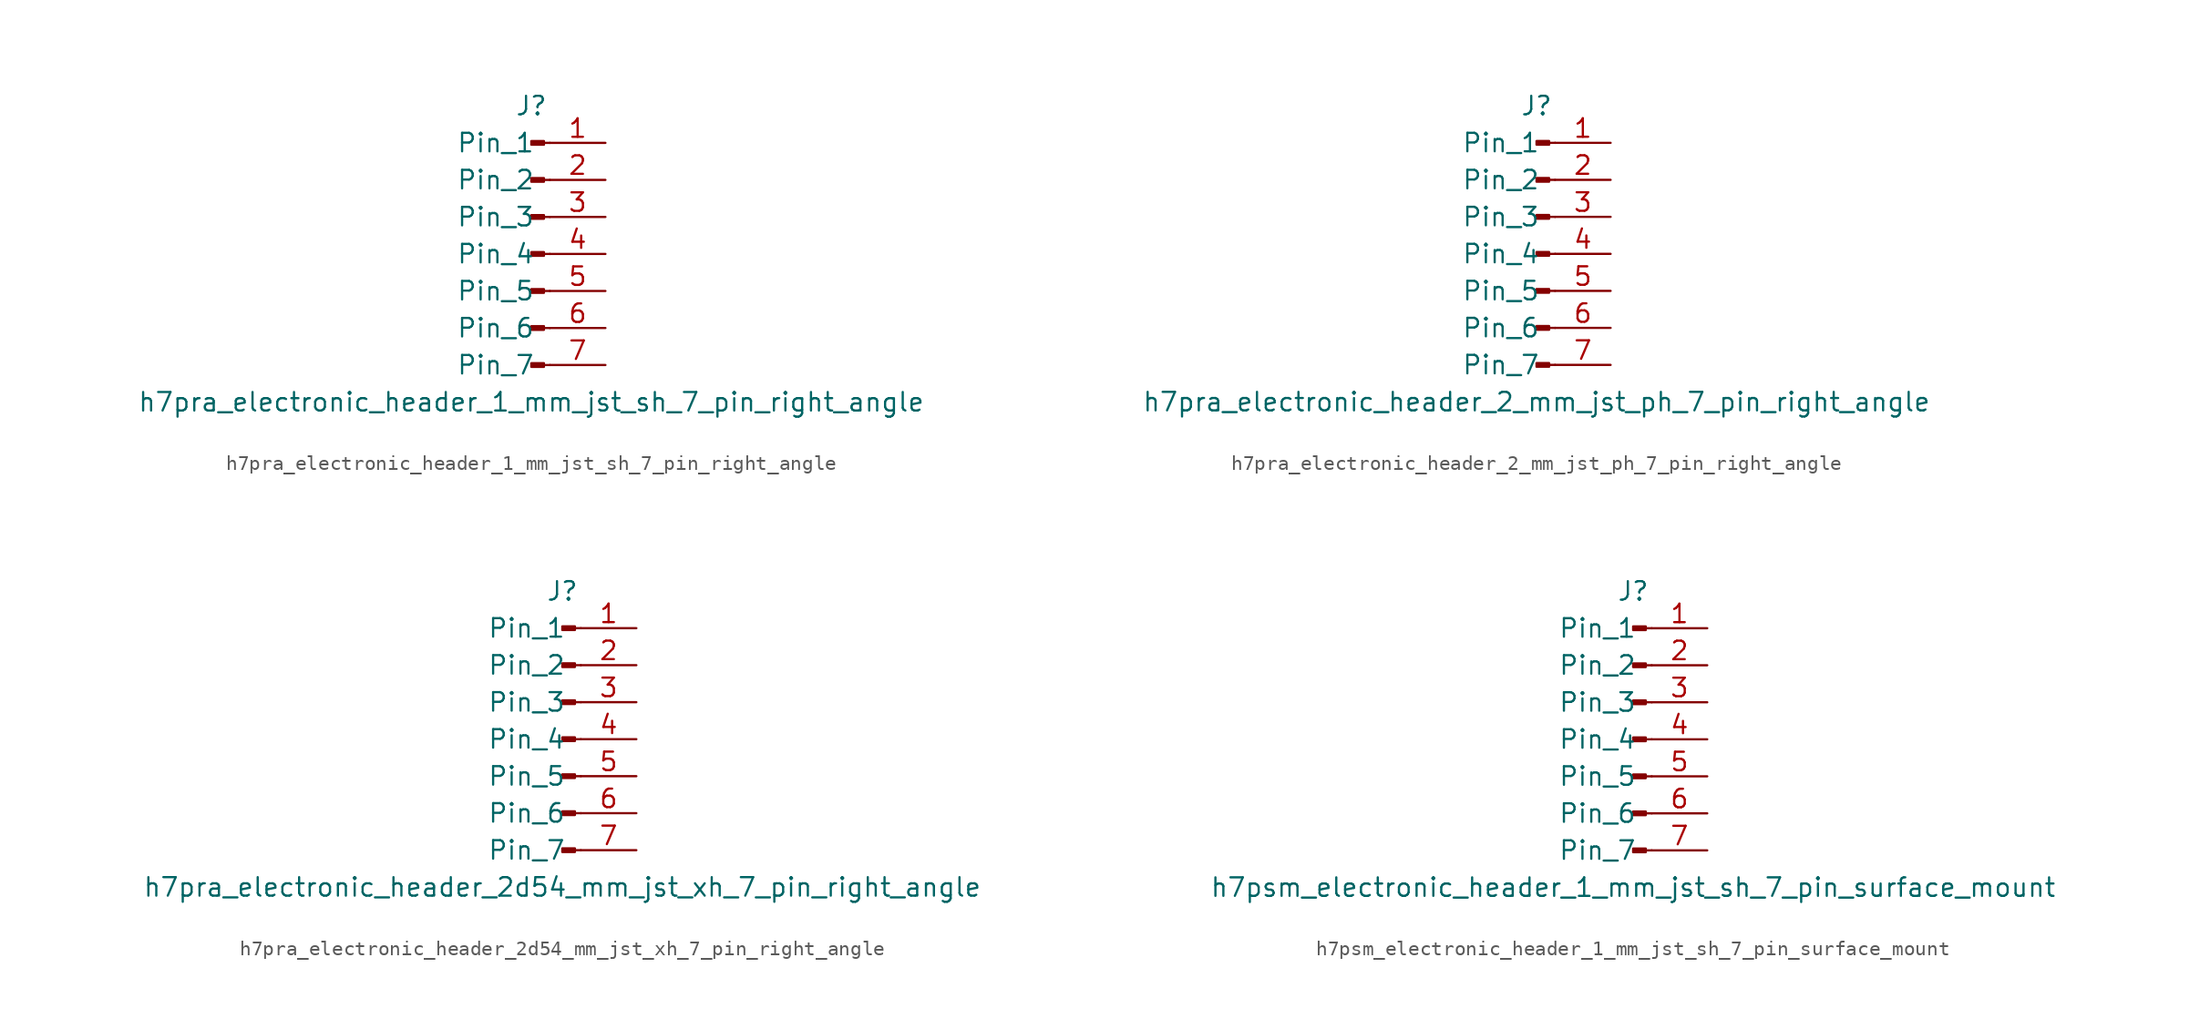
<source format=kicad_sym>
(kicad_symbol_lib
  (version 20220914)
  (generator kicad_symbol_editor)
  (symbol "h7pra_electronic_header_1_mm_jst_sh_7_pin_right_angle"
    (pin_names
      (offset 1.016))
    (property "Reference" "J"
      (at 0 10.16 0)
      (effects (font (size 1.27 1.27))))
    (property "Value" "h7pra_electronic_header_1_mm_jst_sh_7_pin_right_angle"
      (at 0 -10.16 0)
      (effects (font (size 1.27 1.27))))
    (property "ki_locked" ""
      (at 0 0 0)
      (effects (font (size 1.27 1.27))))
    (symbol "h7pra_electronic_header_1_mm_jst_sh_7_pin_right_angle_1_1"
      (polyline (pts (xy 1.27 -7.62) (xy 0.864 -7.62)) (stroke (width 0.152) (type default)) (fill (type none)))
      (polyline (pts (xy 1.27 -5.08) (xy 0.864 -5.08)) (stroke (width 0.152) (type default)) (fill (type none)))
      (polyline (pts (xy 1.27 -2.54) (xy 0.864 -2.54)) (stroke (width 0.152) (type default)) (fill (type none)))
      (polyline (pts (xy 1.27 0) (xy 0.864 0)) (stroke (width 0.152) (type default)) (fill (type none)))
      (polyline (pts (xy 1.27 2.54) (xy 0.864 2.54)) (stroke (width 0.152) (type default)) (fill (type none)))
      (polyline (pts (xy 1.27 5.08) (xy 0.864 5.08)) (stroke (width 0.152) (type default)) (fill (type none)))
      (polyline (pts (xy 1.27 7.62) (xy 0.864 7.62)) (stroke (width 0.152) (type default)) (fill (type none)))
      (rectangle (start 0.864 -7.493) (end 0 -7.747) (stroke (width 0.152) (type default)) (fill (type outline)))
      (rectangle (start 0.864 -4.953) (end 0 -5.207) (stroke (width 0.152) (type default)) (fill (type outline)))
      (rectangle (start 0.864 -2.413) (end 0 -2.667) (stroke (width 0.152) (type default)) (fill (type outline)))
      (rectangle (start 0.864 0.127) (end 0 -0.127) (stroke (width 0.152) (type default)) (fill (type outline)))
      (rectangle (start 0.864 2.667) (end 0 2.413) (stroke (width 0.152) (type default)) (fill (type outline)))
      (rectangle (start 0.864 5.207) (end 0 4.953) (stroke (width 0.152) (type default)) (fill (type outline)))
      (rectangle (start 0.864 7.747) (end 0 7.493) (stroke (width 0.152) (type default)) (fill (type outline)))
      (pin passive line (at 5.08 7.62 180) (length 3.81) (name "Pin_1" (effects (font (size 1.27 1.27)))) (number "1" (effects (font (size 1.27 1.27)))))
      (pin passive line (at 5.08 5.08 180) (length 3.81) (name "Pin_2" (effects (font (size 1.27 1.27)))) (number "2" (effects (font (size 1.27 1.27)))))
      (pin passive line (at 5.08 2.54 180) (length 3.81) (name "Pin_3" (effects (font (size 1.27 1.27)))) (number "3" (effects (font (size 1.27 1.27)))))
      (pin passive line (at 5.08 0 180) (length 3.81) (name "Pin_4" (effects (font (size 1.27 1.27)))) (number "4" (effects (font (size 1.27 1.27)))))
      (pin passive line (at 5.08 -2.54 180) (length 3.81) (name "Pin_5" (effects (font (size 1.27 1.27)))) (number "5" (effects (font (size 1.27 1.27)))))
      (pin passive line (at 5.08 -5.08 180) (length 3.81) (name "Pin_6" (effects (font (size 1.27 1.27)))) (number "6" (effects (font (size 1.27 1.27)))))
      (pin passive line (at 5.08 -7.62 180) (length 3.81) (name "Pin_7" (effects (font (size 1.27 1.27)))) (number "7" (effects (font (size 1.27 1.27)))))))
  (symbol "h7pra_electronic_header_2_mm_jst_ph_7_pin_right_angle"
    (pin_names
      (offset 1.016))
    (property "Reference" "J"
      (at 0 10.16 0)
      (effects (font (size 1.27 1.27))))
    (property "Value" "h7pra_electronic_header_2_mm_jst_ph_7_pin_right_angle"
      (at 0 -10.16 0)
      (effects (font (size 1.27 1.27))))
    (property "ki_locked" ""
      (at 0 0 0)
      (effects (font (size 1.27 1.27))))
    (symbol "h7pra_electronic_header_2_mm_jst_ph_7_pin_right_angle_1_1"
      (polyline (pts (xy 1.27 -7.62) (xy 0.864 -7.62)) (stroke (width 0.152) (type default)) (fill (type none)))
      (polyline (pts (xy 1.27 -5.08) (xy 0.864 -5.08)) (stroke (width 0.152) (type default)) (fill (type none)))
      (polyline (pts (xy 1.27 -2.54) (xy 0.864 -2.54)) (stroke (width 0.152) (type default)) (fill (type none)))
      (polyline (pts (xy 1.27 0) (xy 0.864 0)) (stroke (width 0.152) (type default)) (fill (type none)))
      (polyline (pts (xy 1.27 2.54) (xy 0.864 2.54)) (stroke (width 0.152) (type default)) (fill (type none)))
      (polyline (pts (xy 1.27 5.08) (xy 0.864 5.08)) (stroke (width 0.152) (type default)) (fill (type none)))
      (polyline (pts (xy 1.27 7.62) (xy 0.864 7.62)) (stroke (width 0.152) (type default)) (fill (type none)))
      (rectangle (start 0.864 -7.493) (end 0 -7.747) (stroke (width 0.152) (type default)) (fill (type outline)))
      (rectangle (start 0.864 -4.953) (end 0 -5.207) (stroke (width 0.152) (type default)) (fill (type outline)))
      (rectangle (start 0.864 -2.413) (end 0 -2.667) (stroke (width 0.152) (type default)) (fill (type outline)))
      (rectangle (start 0.864 0.127) (end 0 -0.127) (stroke (width 0.152) (type default)) (fill (type outline)))
      (rectangle (start 0.864 2.667) (end 0 2.413) (stroke (width 0.152) (type default)) (fill (type outline)))
      (rectangle (start 0.864 5.207) (end 0 4.953) (stroke (width 0.152) (type default)) (fill (type outline)))
      (rectangle (start 0.864 7.747) (end 0 7.493) (stroke (width 0.152) (type default)) (fill (type outline)))
      (pin passive line (at 5.08 7.62 180) (length 3.81) (name "Pin_1" (effects (font (size 1.27 1.27)))) (number "1" (effects (font (size 1.27 1.27)))))
      (pin passive line (at 5.08 5.08 180) (length 3.81) (name "Pin_2" (effects (font (size 1.27 1.27)))) (number "2" (effects (font (size 1.27 1.27)))))
      (pin passive line (at 5.08 2.54 180) (length 3.81) (name "Pin_3" (effects (font (size 1.27 1.27)))) (number "3" (effects (font (size 1.27 1.27)))))
      (pin passive line (at 5.08 0 180) (length 3.81) (name "Pin_4" (effects (font (size 1.27 1.27)))) (number "4" (effects (font (size 1.27 1.27)))))
      (pin passive line (at 5.08 -2.54 180) (length 3.81) (name "Pin_5" (effects (font (size 1.27 1.27)))) (number "5" (effects (font (size 1.27 1.27)))))
      (pin passive line (at 5.08 -5.08 180) (length 3.81) (name "Pin_6" (effects (font (size 1.27 1.27)))) (number "6" (effects (font (size 1.27 1.27)))))
      (pin passive line (at 5.08 -7.62 180) (length 3.81) (name "Pin_7" (effects (font (size 1.27 1.27)))) (number "7" (effects (font (size 1.27 1.27)))))))
  (symbol "h7pra_electronic_header_2d54_mm_jst_xh_7_pin_right_angle"
    (pin_names
      (offset 1.016))
    (property "Reference" "J"
      (at 0 10.16 0)
      (effects (font (size 1.27 1.27))))
    (property "Value" "h7pra_electronic_header_2d54_mm_jst_xh_7_pin_right_angle"
      (at 0 -10.16 0)
      (effects (font (size 1.27 1.27))))
    (property "ki_locked" ""
      (at 0 0 0)
      (effects (font (size 1.27 1.27))))
    (symbol "h7pra_electronic_header_2d54_mm_jst_xh_7_pin_right_angle_1_1"
      (polyline (pts (xy 1.27 -7.62) (xy 0.864 -7.62)) (stroke (width 0.152) (type default)) (fill (type none)))
      (polyline (pts (xy 1.27 -5.08) (xy 0.864 -5.08)) (stroke (width 0.152) (type default)) (fill (type none)))
      (polyline (pts (xy 1.27 -2.54) (xy 0.864 -2.54)) (stroke (width 0.152) (type default)) (fill (type none)))
      (polyline (pts (xy 1.27 0) (xy 0.864 0)) (stroke (width 0.152) (type default)) (fill (type none)))
      (polyline (pts (xy 1.27 2.54) (xy 0.864 2.54)) (stroke (width 0.152) (type default)) (fill (type none)))
      (polyline (pts (xy 1.27 5.08) (xy 0.864 5.08)) (stroke (width 0.152) (type default)) (fill (type none)))
      (polyline (pts (xy 1.27 7.62) (xy 0.864 7.62)) (stroke (width 0.152) (type default)) (fill (type none)))
      (rectangle (start 0.864 -7.493) (end 0 -7.747) (stroke (width 0.152) (type default)) (fill (type outline)))
      (rectangle (start 0.864 -4.953) (end 0 -5.207) (stroke (width 0.152) (type default)) (fill (type outline)))
      (rectangle (start 0.864 -2.413) (end 0 -2.667) (stroke (width 0.152) (type default)) (fill (type outline)))
      (rectangle (start 0.864 0.127) (end 0 -0.127) (stroke (width 0.152) (type default)) (fill (type outline)))
      (rectangle (start 0.864 2.667) (end 0 2.413) (stroke (width 0.152) (type default)) (fill (type outline)))
      (rectangle (start 0.864 5.207) (end 0 4.953) (stroke (width 0.152) (type default)) (fill (type outline)))
      (rectangle (start 0.864 7.747) (end 0 7.493) (stroke (width 0.152) (type default)) (fill (type outline)))
      (pin passive line (at 5.08 7.62 180) (length 3.81) (name "Pin_1" (effects (font (size 1.27 1.27)))) (number "1" (effects (font (size 1.27 1.27)))))
      (pin passive line (at 5.08 5.08 180) (length 3.81) (name "Pin_2" (effects (font (size 1.27 1.27)))) (number "2" (effects (font (size 1.27 1.27)))))
      (pin passive line (at 5.08 2.54 180) (length 3.81) (name "Pin_3" (effects (font (size 1.27 1.27)))) (number "3" (effects (font (size 1.27 1.27)))))
      (pin passive line (at 5.08 0 180) (length 3.81) (name "Pin_4" (effects (font (size 1.27 1.27)))) (number "4" (effects (font (size 1.27 1.27)))))
      (pin passive line (at 5.08 -2.54 180) (length 3.81) (name "Pin_5" (effects (font (size 1.27 1.27)))) (number "5" (effects (font (size 1.27 1.27)))))
      (pin passive line (at 5.08 -5.08 180) (length 3.81) (name "Pin_6" (effects (font (size 1.27 1.27)))) (number "6" (effects (font (size 1.27 1.27)))))
      (pin passive line (at 5.08 -7.62 180) (length 3.81) (name "Pin_7" (effects (font (size 1.27 1.27)))) (number "7" (effects (font (size 1.27 1.27)))))))
  (symbol "h7psm_electronic_header_1_mm_jst_sh_7_pin_surface_mount"
    (pin_names
      (offset 1.016))
    (property "Reference" "J"
      (at 0 10.16 0)
      (effects (font (size 1.27 1.27))))
    (property "Value" "h7psm_electronic_header_1_mm_jst_sh_7_pin_surface_mount"
      (at 0 -10.16 0)
      (effects (font (size 1.27 1.27))))
    (property "ki_locked" ""
      (at 0 0 0)
      (effects (font (size 1.27 1.27))))
    (symbol "h7psm_electronic_header_1_mm_jst_sh_7_pin_surface_mount_1_1"
      (polyline (pts (xy 1.27 -7.62) (xy 0.864 -7.62)) (stroke (width 0.152) (type default)) (fill (type none)))
      (polyline (pts (xy 1.27 -5.08) (xy 0.864 -5.08)) (stroke (width 0.152) (type default)) (fill (type none)))
      (polyline (pts (xy 1.27 -2.54) (xy 0.864 -2.54)) (stroke (width 0.152) (type default)) (fill (type none)))
      (polyline (pts (xy 1.27 0) (xy 0.864 0)) (stroke (width 0.152) (type default)) (fill (type none)))
      (polyline (pts (xy 1.27 2.54) (xy 0.864 2.54)) (stroke (width 0.152) (type default)) (fill (type none)))
      (polyline (pts (xy 1.27 5.08) (xy 0.864 5.08)) (stroke (width 0.152) (type default)) (fill (type none)))
      (polyline (pts (xy 1.27 7.62) (xy 0.864 7.62)) (stroke (width 0.152) (type default)) (fill (type none)))
      (rectangle (start 0.864 -7.493) (end 0 -7.747) (stroke (width 0.152) (type default)) (fill (type outline)))
      (rectangle (start 0.864 -4.953) (end 0 -5.207) (stroke (width 0.152) (type default)) (fill (type outline)))
      (rectangle (start 0.864 -2.413) (end 0 -2.667) (stroke (width 0.152) (type default)) (fill (type outline)))
      (rectangle (start 0.864 0.127) (end 0 -0.127) (stroke (width 0.152) (type default)) (fill (type outline)))
      (rectangle (start 0.864 2.667) (end 0 2.413) (stroke (width 0.152) (type default)) (fill (type outline)))
      (rectangle (start 0.864 5.207) (end 0 4.953) (stroke (width 0.152) (type default)) (fill (type outline)))
      (rectangle (start 0.864 7.747) (end 0 7.493) (stroke (width 0.152) (type default)) (fill (type outline)))
      (pin passive line (at 5.08 7.62 180) (length 3.81) (name "Pin_1" (effects (font (size 1.27 1.27)))) (number "1" (effects (font (size 1.27 1.27)))))
      (pin passive line (at 5.08 5.08 180) (length 3.81) (name "Pin_2" (effects (font (size 1.27 1.27)))) (number "2" (effects (font (size 1.27 1.27)))))
      (pin passive line (at 5.08 2.54 180) (length 3.81) (name "Pin_3" (effects (font (size 1.27 1.27)))) (number "3" (effects (font (size 1.27 1.27)))))
      (pin passive line (at 5.08 0 180) (length 3.81) (name "Pin_4" (effects (font (size 1.27 1.27)))) (number "4" (effects (font (size 1.27 1.27)))))
      (pin passive line (at 5.08 -2.54 180) (length 3.81) (name "Pin_5" (effects (font (size 1.27 1.27)))) (number "5" (effects (font (size 1.27 1.27)))))
      (pin passive line (at 5.08 -5.08 180) (length 3.81) (name "Pin_6" (effects (font (size 1.27 1.27)))) (number "6" (effects (font (size 1.27 1.27)))))
      (pin passive line (at 5.08 -7.62 180) (length 3.81) (name "Pin_7" (effects (font (size 1.27 1.27)))) (number "7" (effects (font (size 1.27 1.27))))))))
</source>
